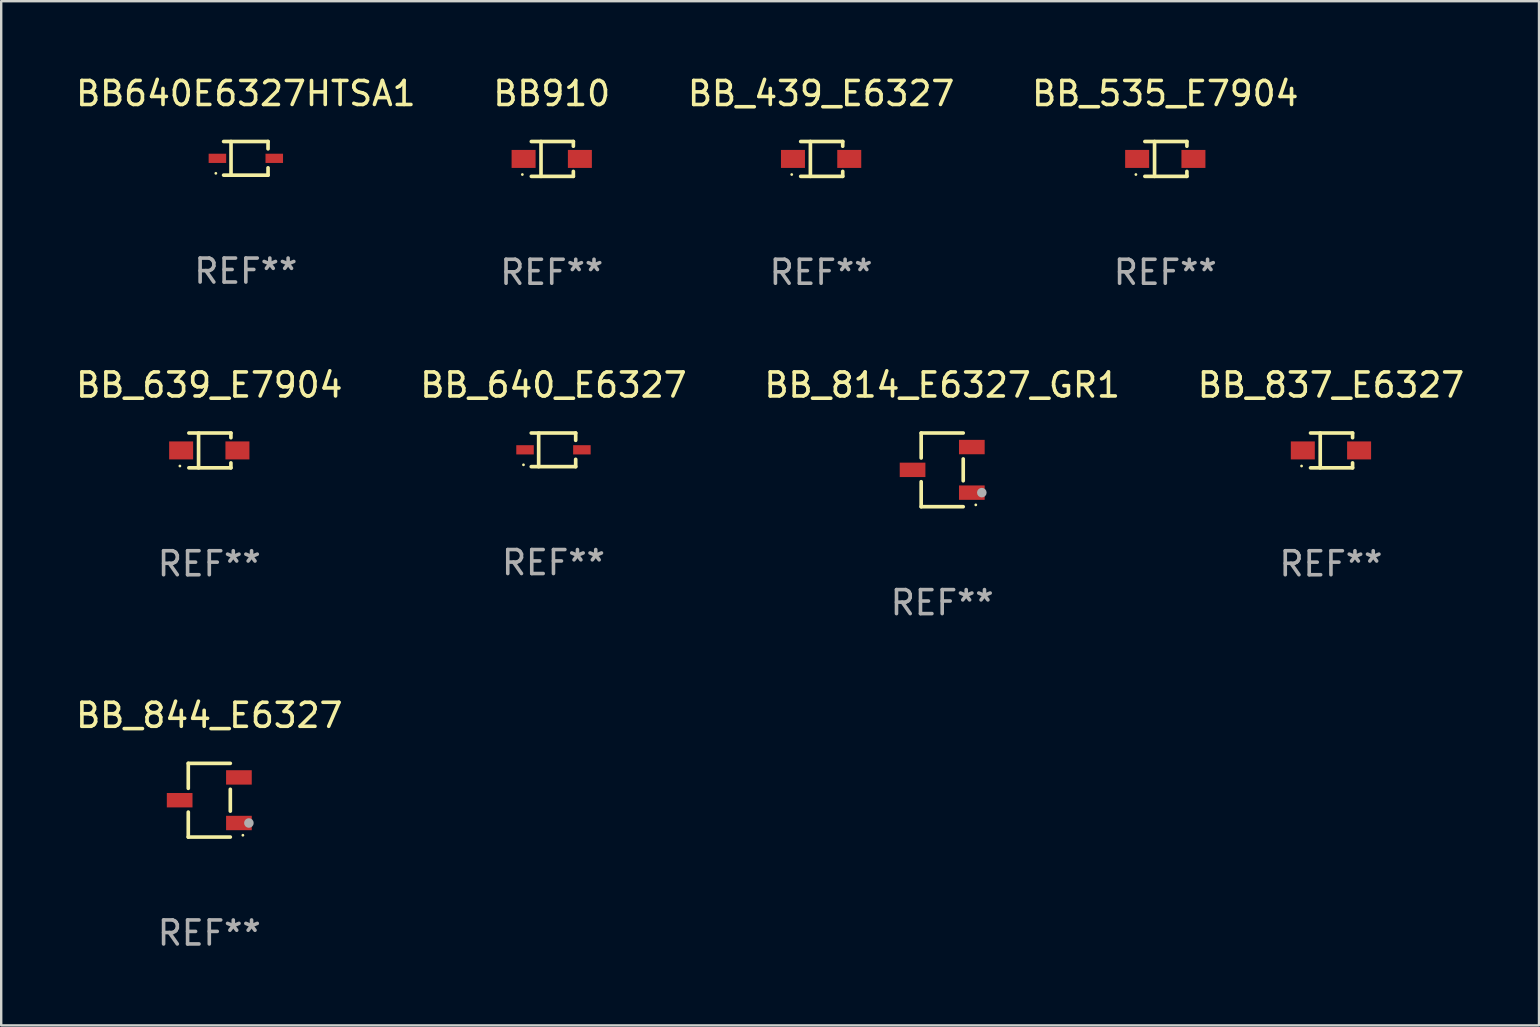
<source format=kicad_pcb>
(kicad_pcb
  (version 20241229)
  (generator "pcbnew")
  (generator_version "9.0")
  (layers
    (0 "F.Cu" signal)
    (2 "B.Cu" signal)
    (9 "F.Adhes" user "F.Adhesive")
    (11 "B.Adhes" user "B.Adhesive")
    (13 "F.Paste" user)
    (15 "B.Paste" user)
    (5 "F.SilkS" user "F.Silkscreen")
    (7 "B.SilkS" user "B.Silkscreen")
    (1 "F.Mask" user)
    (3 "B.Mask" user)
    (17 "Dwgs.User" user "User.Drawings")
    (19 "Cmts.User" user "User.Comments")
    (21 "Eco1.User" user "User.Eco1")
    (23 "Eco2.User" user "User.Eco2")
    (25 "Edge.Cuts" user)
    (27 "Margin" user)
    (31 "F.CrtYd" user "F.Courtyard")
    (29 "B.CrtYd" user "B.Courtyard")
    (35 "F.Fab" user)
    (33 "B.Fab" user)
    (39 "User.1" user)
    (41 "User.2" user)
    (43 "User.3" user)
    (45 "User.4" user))
  (footprint "BB910"
    (layer "F.Cu")
    (at 19.946 3.574)
    (property "Reference" "BB910" (at 0 -2.726 0) (layer "F.SilkS") (effects (font (size 1 1) (thickness 0.15))))
    (attr through_hole)
    (fp_line (start -0.851 -0.726) (end 0.901 -0.726) (stroke (width 0.152) (type solid)) (layer "F.SilkS"))
    (fp_line (start -0.851 0.726) (end 0.901 0.726) (stroke (width 0.152) (type solid)) (layer "F.SilkS"))
    (fp_line (start -0.447 -0.726) (end -0.447 0.726) (stroke (width 0.152) (type solid)) (layer "F.SilkS"))
    (fp_line (start 0.901 -0.726) (end 0.901 -0.53) (stroke (width 0.152) (type solid)) (layer "F.SilkS"))
    (fp_line (start 0.901 0.726) (end 0.901 0.52) (stroke (width 0.152) (type solid)) (layer "F.SilkS"))
    (fp_circle (center -1.225 0.65) (end -1.195 0.65) (stroke (width 0.06) (type solid)) (fill no) (layer "F.SilkS"))
    (fp_text user "REF**" (at 0 4.726 0) (layer "F.Fab") (effects (font (size 1 1) (thickness 0.15))))
    (pad "1" smd rect (at -1.173 0) (size 1 0.75) (layers "F.Cu" "F.Mask" "F.Paste"))
    (pad "2" smd rect (at 1.173 0) (size 1 0.75) (layers "F.Cu" "F.Mask" "F.Paste")))
  (footprint "BB640E6327HTSA1"
    (layer "F.Cu")
    (at 7.196 3.549)
    (property "Reference" "BB640E6327HTSA1" (at 0 -2.701 0) (layer "F.SilkS") (effects (font (size 1 1) (thickness 0.15))))
    (attr through_hole)
    (fp_line (start -0.926 -0.701) (end 0.926 -0.701) (stroke (width 0.152) (type solid)) (layer "F.SilkS"))
    (fp_line (start -0.926 0.701) (end 0.926 0.701) (stroke (width 0.152) (type solid)) (layer "F.SilkS"))
    (fp_line (start -0.617 -0.701) (end -0.617 0.701) (stroke (width 0.152) (type solid)) (layer "F.SilkS"))
    (fp_line (start 0.926 -0.701) (end 0.926 -0.396) (stroke (width 0.152) (type solid)) (layer "F.SilkS"))
    (fp_line (start 0.926 0.701) (end 0.926 0.396) (stroke (width 0.152) (type solid)) (layer "F.SilkS"))
    (fp_circle (center -1.25 0.625) (end -1.22 0.625) (stroke (width 0.06) (type solid)) (fill no) (layer "F.SilkS"))
    (fp_text user "REF**" (at 0 4.701 0) (layer "F.Fab") (effects (font (size 1 1) (thickness 0.15))))
    (pad "1" smd rect (at -1.185 0 180) (size 0.73 0.385) (layers "F.Cu" "F.Mask" "F.Paste"))
    (pad "2" smd rect (at 1.185 0 180) (size 0.73 0.385) (layers "F.Cu" "F.Mask" "F.Paste")))
  (footprint "BB_639_E7904"
    (layer "F.Cu")
    (at 5.673 15.723)
    (property "Reference" "BB_639_E7904" (at 0 -2.726 0) (layer "F.SilkS") (effects (font (size 1 1) (thickness 0.15))))
    (attr through_hole)
    (fp_line (start -0.851 -0.726) (end 0.901 -0.726) (stroke (width 0.152) (type solid)) (layer "F.SilkS"))
    (fp_line (start -0.851 0.726) (end 0.901 0.726) (stroke (width 0.152) (type solid)) (layer "F.SilkS"))
    (fp_line (start -0.447 -0.726) (end -0.447 0.726) (stroke (width 0.152) (type solid)) (layer "F.SilkS"))
    (fp_line (start 0.901 -0.726) (end 0.901 -0.53) (stroke (width 0.152) (type solid)) (layer "F.SilkS"))
    (fp_line (start 0.901 0.726) (end 0.901 0.52) (stroke (width 0.152) (type solid)) (layer "F.SilkS"))
    (fp_circle (center -1.225 0.65) (end -1.195 0.65) (stroke (width 0.06) (type solid)) (fill no) (layer "F.SilkS"))
    (fp_text user "REF**" (at 0 4.726 0) (layer "F.Fab") (effects (font (size 1 1) (thickness 0.15))))
    (pad "1" smd rect (at -1.173 0) (size 1 0.75) (layers "F.Cu" "F.Mask" "F.Paste"))
    (pad "2" smd rect (at 1.173 0) (size 1 0.75) (layers "F.Cu" "F.Mask" "F.Paste")))
  (footprint "BB_640_E6327"
    (layer "F.Cu")
    (at 20.018 15.698)
    (property "Reference" "BB_640_E6327" (at 0 -2.701 0) (layer "F.SilkS") (effects (font (size 1 1) (thickness 0.15))))
    (attr through_hole)
    (fp_line (start -0.926 -0.701) (end 0.926 -0.701) (stroke (width 0.152) (type solid)) (layer "F.SilkS"))
    (fp_line (start -0.926 0.701) (end 0.926 0.701) (stroke (width 0.152) (type solid)) (layer "F.SilkS"))
    (fp_line (start -0.617 -0.701) (end -0.617 0.701) (stroke (width 0.152) (type solid)) (layer "F.SilkS"))
    (fp_line (start 0.926 -0.701) (end 0.926 -0.396) (stroke (width 0.152) (type solid)) (layer "F.SilkS"))
    (fp_line (start 0.926 0.701) (end 0.926 0.396) (stroke (width 0.152) (type solid)) (layer "F.SilkS"))
    (fp_circle (center -1.25 0.625) (end -1.22 0.625) (stroke (width 0.06) (type solid)) (fill no) (layer "F.SilkS"))
    (fp_text user "REF**" (at 0 4.701 0) (layer "F.Fab") (effects (font (size 1 1) (thickness 0.15))))
    (pad "1" smd rect (at -1.185 0 180) (size 0.73 0.385) (layers "F.Cu" "F.Mask" "F.Paste"))
    (pad "2" smd rect (at 1.185 0 180) (size 0.73 0.385) (layers "F.Cu" "F.Mask" "F.Paste")))
  (footprint "BB_535_E7904"
    (layer "F.Cu")
    (at 45.518 3.574)
    (property "Reference" "BB_535_E7904" (at 0 -2.726 0) (layer "F.SilkS") (effects (font (size 1 1) (thickness 0.15))))
    (attr through_hole)
    (fp_line (start -0.851 -0.726) (end 0.901 -0.726) (stroke (width 0.152) (type solid)) (layer "F.SilkS"))
    (fp_line (start -0.851 0.726) (end 0.901 0.726) (stroke (width 0.152) (type solid)) (layer "F.SilkS"))
    (fp_line (start -0.447 -0.726) (end -0.447 0.726) (stroke (width 0.152) (type solid)) (layer "F.SilkS"))
    (fp_line (start 0.901 -0.726) (end 0.901 -0.53) (stroke (width 0.152) (type solid)) (layer "F.SilkS"))
    (fp_line (start 0.901 0.726) (end 0.901 0.52) (stroke (width 0.152) (type solid)) (layer "F.SilkS"))
    (fp_circle (center -1.225 0.65) (end -1.195 0.65) (stroke (width 0.06) (type solid)) (fill no) (layer "F.SilkS"))
    (fp_text user "REF**" (at 0 4.726 0) (layer "F.Fab") (effects (font (size 1 1) (thickness 0.15))))
    (pad "1" smd rect (at -1.173 0) (size 1 0.75) (layers "F.Cu" "F.Mask" "F.Paste"))
    (pad "2" smd rect (at 1.173 0) (size 1 0.75) (layers "F.Cu" "F.Mask" "F.Paste")))
  (footprint "BB_814_E6327_GR1"
    (layer "F.Cu")
    (at 36.22 16.533)
    (property "Reference" "BB_814_E6327_GR1" (at 0 -3.536 0) (layer "F.SilkS") (effects (font (size 1 1) (thickness 0.15))))
    (attr through_hole)
    (fp_line (start -0.876 -1.536) (end -0.876 -0.495) (stroke (width 0.152) (type solid)) (layer "F.SilkS"))
    (fp_line (start -0.876 1.536) (end -0.876 0.495) (stroke (width 0.152) (type solid)) (layer "F.SilkS"))
    (fp_line (start 0.876 -1.536) (end -0.876 -1.536) (stroke (width 0.152) (type solid)) (layer "F.SilkS"))
    (fp_line (start 0.876 -0.455) (end 0.876 0.455) (stroke (width 0.152) (type solid)) (layer "F.SilkS"))
    (fp_line (start 0.876 1.536) (end -0.876 1.536) (stroke (width 0.152) (type solid)) (layer "F.SilkS"))
    (fp_circle (center 1.4 1.46) (end 1.43 1.46) (stroke (width 0.06) (type solid)) (fill no) (layer "F.SilkS"))
    (fp_circle (center 1.651 0.95) (end 1.751 0.95) (stroke (width 0.2) (type solid)) (fill no) (layer "F.Fab"))
    (fp_text user "REF**" (at 0 5.536 0) (layer "F.Fab") (effects (font (size 1 1) (thickness 0.15))))
    (pad "1" smd rect (at 1.235 0.95) (size 1.07 0.6) (layers "F.Cu" "F.Mask" "F.Paste"))
    (pad "2" smd rect (at 1.235 -0.95) (size 1.07 0.6) (layers "F.Cu" "F.Mask" "F.Paste"))
    (pad "3" smd rect (at -1.235 0) (size 1.07 0.6) (layers "F.Cu" "F.Mask" "F.Paste")))
  (footprint "BB_844_E6327"
    (layer "F.Cu")
    (at 5.673 30.302)
    (property "Reference" "BB_844_E6327" (at 0 -3.536 0) (layer "F.SilkS") (effects (font (size 1 1) (thickness 0.15))))
    (attr through_hole)
    (fp_line (start -0.876 -1.536) (end -0.876 -0.495) (stroke (width 0.152) (type solid)) (layer "F.SilkS"))
    (fp_line (start -0.876 1.536) (end -0.876 0.495) (stroke (width 0.152) (type solid)) (layer "F.SilkS"))
    (fp_line (start 0.876 -1.536) (end -0.876 -1.536) (stroke (width 0.152) (type solid)) (layer "F.SilkS"))
    (fp_line (start 0.876 -0.455) (end 0.876 0.455) (stroke (width 0.152) (type solid)) (layer "F.SilkS"))
    (fp_line (start 0.876 1.536) (end -0.876 1.536) (stroke (width 0.152) (type solid)) (layer "F.SilkS"))
    (fp_circle (center 1.4 1.46) (end 1.43 1.46) (stroke (width 0.06) (type solid)) (fill no) (layer "F.SilkS"))
    (fp_circle (center 1.651 0.95) (end 1.751 0.95) (stroke (width 0.2) (type solid)) (fill no) (layer "F.Fab"))
    (fp_text user "REF**" (at 0 5.536 0) (layer "F.Fab") (effects (font (size 1 1) (thickness 0.15))))
    (pad "1" smd rect (at 1.235 0.95) (size 1.07 0.6) (layers "F.Cu" "F.Mask" "F.Paste"))
    (pad "2" smd rect (at 1.235 -0.95) (size 1.07 0.6) (layers "F.Cu" "F.Mask" "F.Paste"))
    (pad "3" smd rect (at -1.235 0) (size 1.07 0.6) (layers "F.Cu" "F.Mask" "F.Paste")))
  (footprint "BB_837_E6327"
    (layer "F.Cu")
    (at 52.423 15.723)
    (property "Reference" "BB_837_E6327" (at 0 -2.726 0) (layer "F.SilkS") (effects (font (size 1 1) (thickness 0.15))))
    (attr through_hole)
    (fp_line (start -0.851 -0.726) (end 0.901 -0.726) (stroke (width 0.152) (type solid)) (layer "F.SilkS"))
    (fp_line (start -0.851 0.726) (end 0.901 0.726) (stroke (width 0.152) (type solid)) (layer "F.SilkS"))
    (fp_line (start -0.447 -0.726) (end -0.447 0.726) (stroke (width 0.152) (type solid)) (layer "F.SilkS"))
    (fp_line (start 0.901 -0.726) (end 0.901 -0.53) (stroke (width 0.152) (type solid)) (layer "F.SilkS"))
    (fp_line (start 0.901 0.726) (end 0.901 0.52) (stroke (width 0.152) (type solid)) (layer "F.SilkS"))
    (fp_circle (center -1.225 0.65) (end -1.195 0.65) (stroke (width 0.06) (type solid)) (fill no) (layer "F.SilkS"))
    (fp_text user "REF**" (at 0 4.726 0) (layer "F.Fab") (effects (font (size 1 1) (thickness 0.15))))
    (pad "1" smd rect (at -1.173 0) (size 1 0.75) (layers "F.Cu" "F.Mask" "F.Paste"))
    (pad "2" smd rect (at 1.173 0) (size 1 0.75) (layers "F.Cu" "F.Mask" "F.Paste")))
  (footprint "BB_439_E6327"
    (layer "F.Cu")
    (at 31.173 3.574)
    (property "Reference" "BB_439_E6327" (at 0 -2.726 0) (layer "F.SilkS") (effects (font (size 1 1) (thickness 0.15))))
    (attr through_hole)
    (fp_line (start -0.851 -0.726) (end 0.901 -0.726) (stroke (width 0.152) (type solid)) (layer "F.SilkS"))
    (fp_line (start -0.851 0.726) (end 0.901 0.726) (stroke (width 0.152) (type solid)) (layer "F.SilkS"))
    (fp_line (start -0.447 -0.726) (end -0.447 0.726) (stroke (width 0.152) (type solid)) (layer "F.SilkS"))
    (fp_line (start 0.901 -0.726) (end 0.901 -0.53) (stroke (width 0.152) (type solid)) (layer "F.SilkS"))
    (fp_line (start 0.901 0.726) (end 0.901 0.52) (stroke (width 0.152) (type solid)) (layer "F.SilkS"))
    (fp_circle (center -1.225 0.65) (end -1.195 0.65) (stroke (width 0.06) (type solid)) (fill no) (layer "F.SilkS"))
    (fp_text user "REF**" (at 0 4.726 0) (layer "F.Fab") (effects (font (size 1 1) (thickness 0.15))))
    (pad "1" smd rect (at -1.173 0) (size 1 0.75) (layers "F.Cu" "F.Mask" "F.Paste"))
    (pad "2" smd rect (at 1.173 0) (size 1 0.75) (layers "F.Cu" "F.Mask" "F.Paste")))
  (gr_rect
    (start -3 -3)
    (end 61.095 39.687)
    (stroke (width 0.1) (type default))
    (fill no)
    (layer "Edge.Cuts")))
</source>
